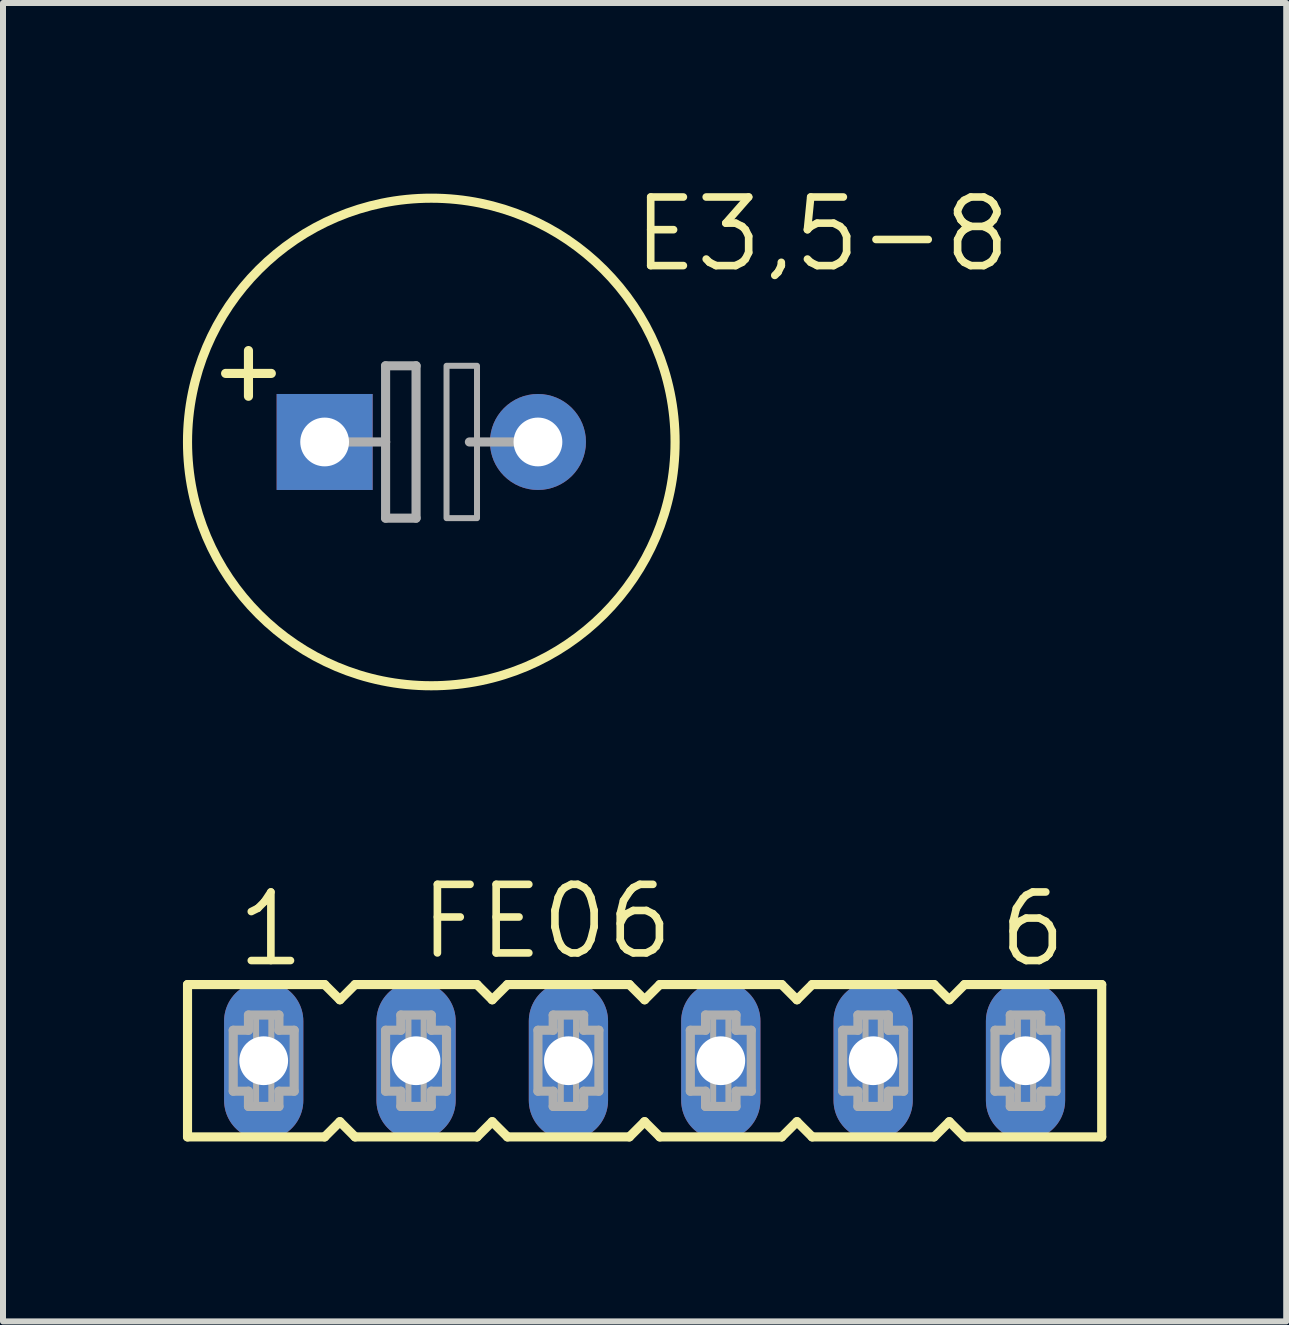
<source format=kicad_pcb>
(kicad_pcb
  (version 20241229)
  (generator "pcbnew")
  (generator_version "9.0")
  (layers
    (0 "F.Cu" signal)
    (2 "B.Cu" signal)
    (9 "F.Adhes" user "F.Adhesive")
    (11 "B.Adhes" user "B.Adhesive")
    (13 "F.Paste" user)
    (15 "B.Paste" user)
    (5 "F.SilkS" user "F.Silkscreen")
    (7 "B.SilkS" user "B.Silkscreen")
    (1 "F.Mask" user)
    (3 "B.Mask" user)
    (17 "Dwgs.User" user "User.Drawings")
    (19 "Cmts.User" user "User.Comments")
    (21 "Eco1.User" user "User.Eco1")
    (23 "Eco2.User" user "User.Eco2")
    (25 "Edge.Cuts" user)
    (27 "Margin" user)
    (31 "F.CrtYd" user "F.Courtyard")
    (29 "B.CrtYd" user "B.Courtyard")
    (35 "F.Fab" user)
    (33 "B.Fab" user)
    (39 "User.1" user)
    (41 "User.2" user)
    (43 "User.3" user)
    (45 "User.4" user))
  (footprint "FE06"
    (layer "F.Cu")
    (at 7.696 14.633)
    (property "Reference" "FE06" (at -3.81 -1.651 0) (layer "F.SilkS") (effects (font (size 1.143 1.143) (thickness 0.127)) (justify left bottom)))
    (fp_line (start -7.62 -1.27) (end -7.62 1.27) (stroke (width 0.152) (type solid)) (layer "F.SilkS"))
    (fp_line (start -7.62 1.27) (end -5.334 1.27) (stroke (width 0.152) (type solid)) (layer "F.SilkS"))
    (fp_line (start -5.334 -1.27) (end -7.62 -1.27) (stroke (width 0.152) (type solid)) (layer "F.SilkS"))
    (fp_line (start -5.334 1.27) (end -5.08 1.016) (stroke (width 0.152) (type solid)) (layer "F.SilkS"))
    (fp_line (start -5.08 -1.016) (end -5.334 -1.27) (stroke (width 0.152) (type solid)) (layer "F.SilkS"))
    (fp_line (start -5.08 1.016) (end -4.826 1.27) (stroke (width 0.152) (type solid)) (layer "F.SilkS"))
    (fp_line (start -4.826 -1.27) (end -5.08 -1.016) (stroke (width 0.152) (type solid)) (layer "F.SilkS"))
    (fp_line (start -4.826 1.27) (end -2.794 1.27) (stroke (width 0.152) (type solid)) (layer "F.SilkS"))
    (fp_line (start -2.794 -1.27) (end -4.826 -1.27) (stroke (width 0.152) (type solid)) (layer "F.SilkS"))
    (fp_line (start -2.794 1.27) (end -2.54 1.016) (stroke (width 0.152) (type solid)) (layer "F.SilkS"))
    (fp_line (start -2.54 -1.016) (end -2.794 -1.27) (stroke (width 0.152) (type solid)) (layer "F.SilkS"))
    (fp_line (start -2.54 1.016) (end -2.286 1.27) (stroke (width 0.152) (type solid)) (layer "F.SilkS"))
    (fp_line (start -2.286 -1.27) (end -2.54 -1.016) (stroke (width 0.152) (type solid)) (layer "F.SilkS"))
    (fp_line (start -2.286 1.27) (end -0.254 1.27) (stroke (width 0.152) (type solid)) (layer "F.SilkS"))
    (fp_line (start -0.254 -1.27) (end -2.286 -1.27) (stroke (width 0.152) (type solid)) (layer "F.SilkS"))
    (fp_line (start -0.254 1.27) (end 0 1.016) (stroke (width 0.152) (type solid)) (layer "F.SilkS"))
    (fp_line (start 0 -1.016) (end -0.254 -1.27) (stroke (width 0.152) (type solid)) (layer "F.SilkS"))
    (fp_line (start 0 1.016) (end 0.254 1.27) (stroke (width 0.152) (type solid)) (layer "F.SilkS"))
    (fp_line (start 0.254 -1.27) (end 0 -1.016) (stroke (width 0.152) (type solid)) (layer "F.SilkS"))
    (fp_line (start 0.254 1.27) (end 2.286 1.27) (stroke (width 0.152) (type solid)) (layer "F.SilkS"))
    (fp_line (start 2.286 -1.27) (end 0.254 -1.27) (stroke (width 0.152) (type solid)) (layer "F.SilkS"))
    (fp_line (start 2.286 1.27) (end 2.54 1.016) (stroke (width 0.152) (type solid)) (layer "F.SilkS"))
    (fp_line (start 2.54 -1.016) (end 2.286 -1.27) (stroke (width 0.152) (type solid)) (layer "F.SilkS"))
    (fp_line (start 2.54 1.016) (end 2.794 1.27) (stroke (width 0.152) (type solid)) (layer "F.SilkS"))
    (fp_line (start 2.794 -1.27) (end 2.54 -1.016) (stroke (width 0.152) (type solid)) (layer "F.SilkS"))
    (fp_line (start 2.794 1.27) (end 4.826 1.27) (stroke (width 0.152) (type solid)) (layer "F.SilkS"))
    (fp_line (start 4.826 -1.27) (end 2.794 -1.27) (stroke (width 0.152) (type solid)) (layer "F.SilkS"))
    (fp_line (start 4.826 1.27) (end 5.08 1.016) (stroke (width 0.152) (type solid)) (layer "F.SilkS"))
    (fp_line (start 5.08 -1.016) (end 4.826 -1.27) (stroke (width 0.152) (type solid)) (layer "F.SilkS"))
    (fp_line (start 5.08 1.016) (end 5.334 1.27) (stroke (width 0.152) (type solid)) (layer "F.SilkS"))
    (fp_line (start 5.334 -1.27) (end 5.08 -1.016) (stroke (width 0.152) (type solid)) (layer "F.SilkS"))
    (fp_line (start 5.334 1.27) (end 7.62 1.27) (stroke (width 0.152) (type solid)) (layer "F.SilkS"))
    (fp_line (start 7.62 -1.27) (end 5.334 -1.27) (stroke (width 0.152) (type solid)) (layer "F.SilkS"))
    (fp_line (start 7.62 1.27) (end 7.62 -1.27) (stroke (width 0.152) (type solid)) (layer "F.SilkS"))
    (fp_line (start -6.858 -0.508) (end -6.858 0.508) (stroke (width 0.152) (type solid)) (layer "F.Fab"))
    (fp_line (start -6.858 0.508) (end -6.604 0.508) (stroke (width 0.152) (type solid)) (layer "F.Fab"))
    (fp_line (start -6.604 -0.762) (end -6.604 -0.508) (stroke (width 0.152) (type solid)) (layer "F.Fab"))
    (fp_line (start -6.604 -0.508) (end -6.858 -0.508) (stroke (width 0.152) (type solid)) (layer "F.Fab"))
    (fp_line (start -6.604 0.508) (end -6.604 0.762) (stroke (width 0.152) (type solid)) (layer "F.Fab"))
    (fp_line (start -6.604 0.762) (end -6.096 0.762) (stroke (width 0.152) (type solid)) (layer "F.Fab"))
    (fp_line (start -6.096 -0.762) (end -6.604 -0.762) (stroke (width 0.152) (type solid)) (layer "F.Fab"))
    (fp_line (start -6.096 -0.508) (end -6.096 -0.762) (stroke (width 0.152) (type solid)) (layer "F.Fab"))
    (fp_line (start -6.096 0.508) (end -5.842 0.508) (stroke (width 0.152) (type solid)) (layer "F.Fab"))
    (fp_line (start -6.096 0.762) (end -6.096 0.508) (stroke (width 0.152) (type solid)) (layer "F.Fab"))
    (fp_line (start -5.842 -0.508) (end -6.096 -0.508) (stroke (width 0.152) (type solid)) (layer "F.Fab"))
    (fp_line (start -5.842 0.508) (end -5.842 -0.508) (stroke (width 0.152) (type solid)) (layer "F.Fab"))
    (fp_line (start -4.318 -0.508) (end -4.318 0.508) (stroke (width 0.152) (type solid)) (layer "F.Fab"))
    (fp_line (start -4.318 0.508) (end -4.064 0.508) (stroke (width 0.152) (type solid)) (layer "F.Fab"))
    (fp_line (start -4.064 -0.762) (end -4.064 -0.508) (stroke (width 0.152) (type solid)) (layer "F.Fab"))
    (fp_line (start -4.064 -0.508) (end -4.318 -0.508) (stroke (width 0.152) (type solid)) (layer "F.Fab"))
    (fp_line (start -4.064 0.508) (end -4.064 0.762) (stroke (width 0.152) (type solid)) (layer "F.Fab"))
    (fp_line (start -4.064 0.762) (end -3.556 0.762) (stroke (width 0.152) (type solid)) (layer "F.Fab"))
    (fp_line (start -3.556 -0.762) (end -4.064 -0.762) (stroke (width 0.152) (type solid)) (layer "F.Fab"))
    (fp_line (start -3.556 -0.508) (end -3.556 -0.762) (stroke (width 0.152) (type solid)) (layer "F.Fab"))
    (fp_line (start -3.556 0.508) (end -3.302 0.508) (stroke (width 0.152) (type solid)) (layer "F.Fab"))
    (fp_line (start -3.556 0.762) (end -3.556 0.508) (stroke (width 0.152) (type solid)) (layer "F.Fab"))
    (fp_line (start -3.302 -0.508) (end -3.556 -0.508) (stroke (width 0.152) (type solid)) (layer "F.Fab"))
    (fp_line (start -3.302 0.508) (end -3.302 -0.508) (stroke (width 0.152) (type solid)) (layer "F.Fab"))
    (fp_line (start -1.778 -0.508) (end -1.778 0.508) (stroke (width 0.152) (type solid)) (layer "F.Fab"))
    (fp_line (start -1.778 0.508) (end -1.524 0.508) (stroke (width 0.152) (type solid)) (layer "F.Fab"))
    (fp_line (start -1.524 -0.762) (end -1.524 -0.508) (stroke (width 0.152) (type solid)) (layer "F.Fab"))
    (fp_line (start -1.524 -0.508) (end -1.778 -0.508) (stroke (width 0.152) (type solid)) (layer "F.Fab"))
    (fp_line (start -1.524 0.508) (end -1.524 0.762) (stroke (width 0.152) (type solid)) (layer "F.Fab"))
    (fp_line (start -1.524 0.762) (end -1.016 0.762) (stroke (width 0.152) (type solid)) (layer "F.Fab"))
    (fp_line (start -1.016 -0.762) (end -1.524 -0.762) (stroke (width 0.152) (type solid)) (layer "F.Fab"))
    (fp_line (start -1.016 -0.508) (end -1.016 -0.762) (stroke (width 0.152) (type solid)) (layer "F.Fab"))
    (fp_line (start -1.016 0.508) (end -0.762 0.508) (stroke (width 0.152) (type solid)) (layer "F.Fab"))
    (fp_line (start -1.016 0.762) (end -1.016 0.508) (stroke (width 0.152) (type solid)) (layer "F.Fab"))
    (fp_line (start -0.762 -0.508) (end -1.016 -0.508) (stroke (width 0.152) (type solid)) (layer "F.Fab"))
    (fp_line (start -0.762 0.508) (end -0.762 -0.508) (stroke (width 0.152) (type solid)) (layer "F.Fab"))
    (fp_line (start 0.762 -0.508) (end 0.762 0.508) (stroke (width 0.152) (type solid)) (layer "F.Fab"))
    (fp_line (start 0.762 0.508) (end 1.016 0.508) (stroke (width 0.152) (type solid)) (layer "F.Fab"))
    (fp_line (start 1.016 -0.762) (end 1.016 -0.508) (stroke (width 0.152) (type solid)) (layer "F.Fab"))
    (fp_line (start 1.016 -0.508) (end 0.762 -0.508) (stroke (width 0.152) (type solid)) (layer "F.Fab"))
    (fp_line (start 1.016 0.508) (end 1.016 0.762) (stroke (width 0.152) (type solid)) (layer "F.Fab"))
    (fp_line (start 1.016 0.762) (end 1.524 0.762) (stroke (width 0.152) (type solid)) (layer "F.Fab"))
    (fp_line (start 1.524 -0.762) (end 1.016 -0.762) (stroke (width 0.152) (type solid)) (layer "F.Fab"))
    (fp_line (start 1.524 -0.508) (end 1.524 -0.762) (stroke (width 0.152) (type solid)) (layer "F.Fab"))
    (fp_line (start 1.524 0.508) (end 1.778 0.508) (stroke (width 0.152) (type solid)) (layer "F.Fab"))
    (fp_line (start 1.524 0.762) (end 1.524 0.508) (stroke (width 0.152) (type solid)) (layer "F.Fab"))
    (fp_line (start 1.778 -0.508) (end 1.524 -0.508) (stroke (width 0.152) (type solid)) (layer "F.Fab"))
    (fp_line (start 1.778 0.508) (end 1.778 -0.508) (stroke (width 0.152) (type solid)) (layer "F.Fab"))
    (fp_line (start 3.302 -0.508) (end 3.302 0.508) (stroke (width 0.152) (type solid)) (layer "F.Fab"))
    (fp_line (start 3.302 0.508) (end 3.556 0.508) (stroke (width 0.152) (type solid)) (layer "F.Fab"))
    (fp_line (start 3.556 -0.762) (end 3.556 -0.508) (stroke (width 0.152) (type solid)) (layer "F.Fab"))
    (fp_line (start 3.556 -0.508) (end 3.302 -0.508) (stroke (width 0.152) (type solid)) (layer "F.Fab"))
    (fp_line (start 3.556 0.508) (end 3.556 0.762) (stroke (width 0.152) (type solid)) (layer "F.Fab"))
    (fp_line (start 3.556 0.762) (end 4.064 0.762) (stroke (width 0.152) (type solid)) (layer "F.Fab"))
    (fp_line (start 4.064 -0.762) (end 3.556 -0.762) (stroke (width 0.152) (type solid)) (layer "F.Fab"))
    (fp_line (start 4.064 -0.508) (end 4.064 -0.762) (stroke (width 0.152) (type solid)) (layer "F.Fab"))
    (fp_line (start 4.064 0.508) (end 4.318 0.508) (stroke (width 0.152) (type solid)) (layer "F.Fab"))
    (fp_line (start 4.064 0.762) (end 4.064 0.508) (stroke (width 0.152) (type solid)) (layer "F.Fab"))
    (fp_line (start 4.318 -0.508) (end 4.064 -0.508) (stroke (width 0.152) (type solid)) (layer "F.Fab"))
    (fp_line (start 4.318 0.508) (end 4.318 -0.508) (stroke (width 0.152) (type solid)) (layer "F.Fab"))
    (fp_line (start 5.842 -0.508) (end 5.842 0.508) (stroke (width 0.152) (type solid)) (layer "F.Fab"))
    (fp_line (start 5.842 0.508) (end 6.096 0.508) (stroke (width 0.152) (type solid)) (layer "F.Fab"))
    (fp_line (start 6.096 -0.762) (end 6.096 -0.508) (stroke (width 0.152) (type solid)) (layer "F.Fab"))
    (fp_line (start 6.096 -0.508) (end 5.842 -0.508) (stroke (width 0.152) (type solid)) (layer "F.Fab"))
    (fp_line (start 6.096 0.508) (end 6.096 0.762) (stroke (width 0.152) (type solid)) (layer "F.Fab"))
    (fp_line (start 6.096 0.762) (end 6.604 0.762) (stroke (width 0.152) (type solid)) (layer "F.Fab"))
    (fp_line (start 6.604 -0.762) (end 6.096 -0.762) (stroke (width 0.152) (type solid)) (layer "F.Fab"))
    (fp_line (start 6.604 -0.508) (end 6.604 -0.762) (stroke (width 0.152) (type solid)) (layer "F.Fab"))
    (fp_line (start 6.604 0.508) (end 6.858 0.508) (stroke (width 0.152) (type solid)) (layer "F.Fab"))
    (fp_line (start 6.604 0.762) (end 6.604 0.508) (stroke (width 0.152) (type solid)) (layer "F.Fab"))
    (fp_line (start 6.858 -0.508) (end 6.604 -0.508) (stroke (width 0.152) (type solid)) (layer "F.Fab"))
    (fp_line (start 6.858 0.508) (end 6.858 -0.508) (stroke (width 0.152) (type solid)) (layer "F.Fab"))
    (fp_poly (pts (xy -6.477 -0.254) (xy -6.223 -0.254) (xy -6.223 -0.762) (xy -6.477 -0.762)) (stroke (width 0.1) (type solid)) (fill no) (layer "F.Fab"))
    (fp_poly (pts (xy -6.477 0.762) (xy -6.223 0.762) (xy -6.223 0.254) (xy -6.477 0.254)) (stroke (width 0.1) (type solid)) (fill no) (layer "F.Fab"))
    (fp_poly (pts (xy -3.937 -0.254) (xy -3.683 -0.254) (xy -3.683 -0.762) (xy -3.937 -0.762)) (stroke (width 0.1) (type solid)) (fill no) (layer "F.Fab"))
    (fp_poly (pts (xy -3.937 0.762) (xy -3.683 0.762) (xy -3.683 0.254) (xy -3.937 0.254)) (stroke (width 0.1) (type solid)) (fill no) (layer "F.Fab"))
    (fp_poly (pts (xy -1.397 -0.254) (xy -1.143 -0.254) (xy -1.143 -0.762) (xy -1.397 -0.762)) (stroke (width 0.1) (type solid)) (fill no) (layer "F.Fab"))
    (fp_poly (pts (xy -1.397 0.762) (xy -1.143 0.762) (xy -1.143 0.254) (xy -1.397 0.254)) (stroke (width 0.1) (type solid)) (fill no) (layer "F.Fab"))
    (fp_poly (pts (xy 1.143 -0.254) (xy 1.397 -0.254) (xy 1.397 -0.762) (xy 1.143 -0.762)) (stroke (width 0.1) (type solid)) (fill no) (layer "F.Fab"))
    (fp_poly (pts (xy 1.143 0.762) (xy 1.397 0.762) (xy 1.397 0.254) (xy 1.143 0.254)) (stroke (width 0.1) (type solid)) (fill no) (layer "F.Fab"))
    (fp_poly (pts (xy 3.683 -0.254) (xy 3.937 -0.254) (xy 3.937 -0.762) (xy 3.683 -0.762)) (stroke (width 0.1) (type solid)) (fill no) (layer "F.Fab"))
    (fp_poly (pts (xy 3.683 0.762) (xy 3.937 0.762) (xy 3.937 0.254) (xy 3.683 0.254)) (stroke (width 0.1) (type solid)) (fill no) (layer "F.Fab"))
    (fp_poly (pts (xy 6.223 -0.254) (xy 6.477 -0.254) (xy 6.477 -0.762) (xy 6.223 -0.762)) (stroke (width 0.1) (type solid)) (fill no) (layer "F.Fab"))
    (fp_poly (pts (xy 6.223 0.762) (xy 6.477 0.762) (xy 6.477 0.254) (xy 6.223 0.254)) (stroke (width 0.1) (type solid)) (fill no) (layer "F.Fab"))
    (fp_text user "1" (at -6.858 -1.524 0) (layer "F.SilkS") (effects (font (size 1.143 1.143) (thickness 0.127)) (justify left bottom)))
    (fp_text user "6" (at 5.842 -1.524 0) (layer "F.SilkS") (effects (font (size 1.143 1.143) (thickness 0.127)) (justify left bottom)))
    (pad "1" thru_hole oval (at -6.35 0 90) (size 2.642 1.321) (drill 0.813) (layers "*.Cu" "*.Mask"))
    (pad "2" thru_hole oval (at -3.81 0 90) (size 2.642 1.321) (drill 0.813) (layers "*.Cu" "*.Mask"))
    (pad "3" thru_hole oval (at -1.27 0 90) (size 2.642 1.321) (drill 0.813) (layers "*.Cu" "*.Mask"))
    (pad "4" thru_hole oval (at 1.27 0 90) (size 2.642 1.321) (drill 0.813) (layers "*.Cu" "*.Mask"))
    (pad "5" thru_hole oval (at 3.81 0 90) (size 2.642 1.321) (drill 0.813) (layers "*.Cu" "*.Mask"))
    (pad "6" thru_hole oval (at 6.35 0 90) (size 2.642 1.321) (drill 0.813) (layers "*.Cu" "*.Mask")))
  (footprint "E3,5-8"
    (layer "F.Cu")
    (at 4.14 4.318)
    (property "Reference" "E3,5-8" (at 3.302 -2.794 0) (layer "F.SilkS") (effects (font (size 1.143 1.143) (thickness 0.127)) (justify left bottom)))
    (fp_line (start -3.429 -1.143) (end -2.667 -1.143) (stroke (width 0.152) (type solid)) (layer "F.SilkS"))
    (fp_line (start -3.048 -0.762) (end -3.048 -1.524) (stroke (width 0.152) (type solid)) (layer "F.SilkS"))
    (fp_circle (center 0 0) (end 4.064 0) (stroke (width 0.152) (type solid)) (fill no) (layer "F.SilkS"))
    (fp_line (start -1.651 0) (end -0.762 0) (stroke (width 0.152) (type solid)) (layer "F.Fab"))
    (fp_line (start -0.762 -1.27) (end -0.762 0) (stroke (width 0.152) (type solid)) (layer "F.Fab"))
    (fp_line (start -0.762 0) (end -0.762 1.27) (stroke (width 0.152) (type solid)) (layer "F.Fab"))
    (fp_line (start -0.762 1.27) (end -0.254 1.27) (stroke (width 0.152) (type solid)) (layer "F.Fab"))
    (fp_line (start -0.254 -1.27) (end -0.762 -1.27) (stroke (width 0.152) (type solid)) (layer "F.Fab"))
    (fp_line (start -0.254 1.27) (end -0.254 -1.27) (stroke (width 0.152) (type solid)) (layer "F.Fab"))
    (fp_line (start 0.635 0) (end 1.651 0) (stroke (width 0.152) (type solid)) (layer "F.Fab"))
    (fp_poly (pts (xy 0.254 1.27) (xy 0.762 1.27) (xy 0.762 -1.27) (xy 0.254 -1.27)) (stroke (width 0.1) (type solid)) (fill no) (layer "F.Fab"))
    (pad "+" thru_hole rect (at -1.778 0) (size 1.6 1.6) (drill 0.813) (layers "*.Cu" "*.Mask"))
    (pad "-" thru_hole circle (at 1.778 0) (size 1.6 1.6) (drill 0.813) (layers "*.Cu" "*.Mask")))
  (gr_rect
    (start -3 -3)
    (end 18.392 18.979)
    (stroke (width 0.1) (type default))
    (fill no)
    (layer "Edge.Cuts")))
</source>
